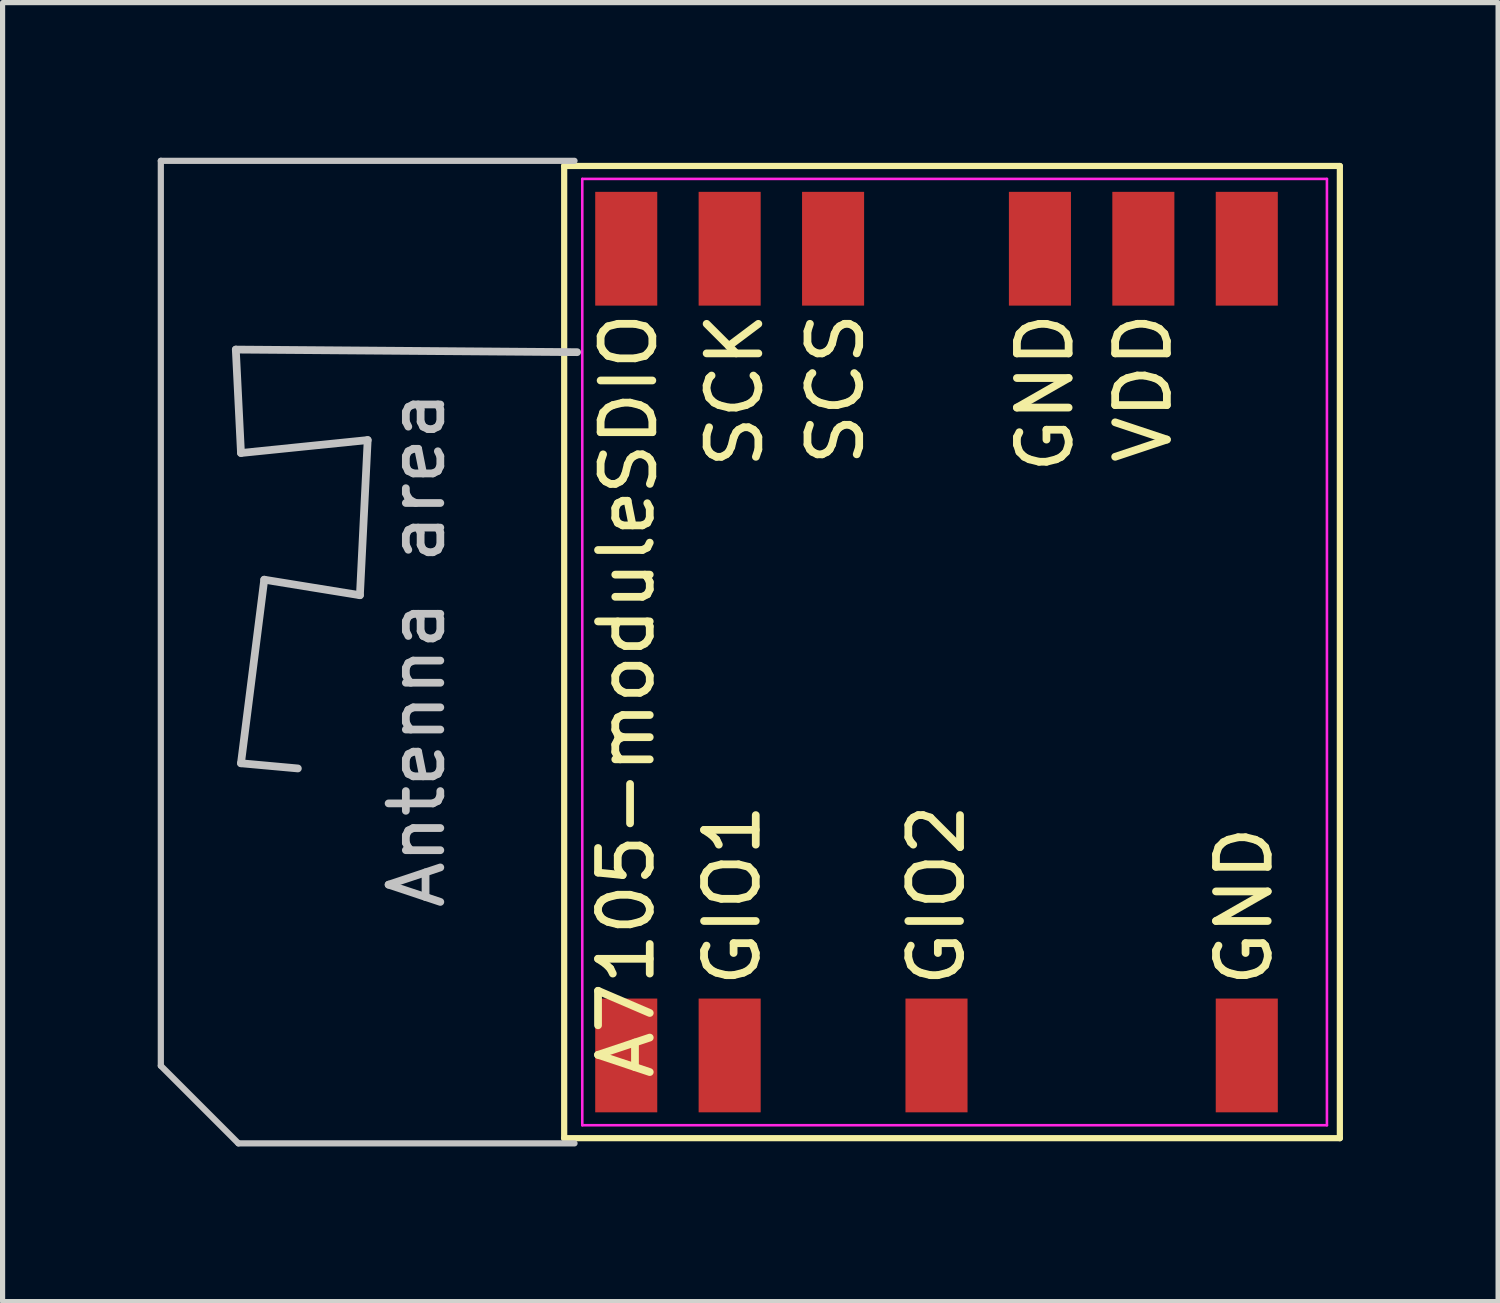
<source format=kicad_pcb>
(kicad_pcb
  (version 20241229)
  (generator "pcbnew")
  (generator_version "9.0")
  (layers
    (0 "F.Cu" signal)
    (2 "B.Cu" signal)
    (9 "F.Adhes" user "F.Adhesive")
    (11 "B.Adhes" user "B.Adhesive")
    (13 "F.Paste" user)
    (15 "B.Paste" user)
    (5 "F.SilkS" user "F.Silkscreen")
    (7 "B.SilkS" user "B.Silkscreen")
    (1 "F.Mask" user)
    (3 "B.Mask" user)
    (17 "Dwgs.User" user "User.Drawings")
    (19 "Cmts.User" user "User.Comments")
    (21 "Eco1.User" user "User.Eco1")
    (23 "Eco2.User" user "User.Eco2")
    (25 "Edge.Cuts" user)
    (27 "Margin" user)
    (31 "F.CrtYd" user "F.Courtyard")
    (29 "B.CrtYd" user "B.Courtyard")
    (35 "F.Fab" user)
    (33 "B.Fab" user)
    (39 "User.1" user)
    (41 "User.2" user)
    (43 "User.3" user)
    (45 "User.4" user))
  (footprint "A7105-module"
    (layer "F.Cu")
    (at 15.06 9.56)
    (property "Reference" "A7105-module" (at -6 2.55 90) (layer "F.SilkS") (effects (font (size 1 1) (thickness 0.15))))
    (attr smd)
    (fp_line (start -7.2 -9.4) (end 7.8 -9.4) (stroke (width 0.12) (type solid)) (layer "F.SilkS"))
    (fp_line (start -7.2 9.4) (end -7.2 -9.4) (stroke (width 0.12) (type solid)) (layer "F.SilkS"))
    (fp_line (start 7.8 -9.4) (end 7.8 9.4) (stroke (width 0.12) (type solid)) (layer "F.SilkS"))
    (fp_line (start 7.8 9.4) (end -7.2 9.4) (stroke (width 0.12) (type solid)) (layer "F.SilkS"))
    (fp_line (start -15 -9.5) (end -15 8) (stroke (width 0.12) (type solid)) (layer "Dwgs.User"))
    (fp_line (start -15 8) (end -13.5 9.5) (stroke (width 0.12) (type solid)) (layer "Dwgs.User"))
    (fp_line (start -13.55 -5.85) (end -13.45 -3.85) (stroke (width 0.15) (type solid)) (layer "Dwgs.User"))
    (fp_line (start -13.5 9.5) (end -7 9.5) (stroke (width 0.12) (type solid)) (layer "Dwgs.User"))
    (fp_line (start -13.45 -3.85) (end -11 -4.1) (stroke (width 0.15) (type solid)) (layer "Dwgs.User"))
    (fp_line (start -13.45 2.15) (end -12.35 2.25) (stroke (width 0.15) (type solid)) (layer "Dwgs.User"))
    (fp_line (start -13 -1.4) (end -13.45 2.15) (stroke (width 0.15) (type solid)) (layer "Dwgs.User"))
    (fp_line (start -11.15 -1.1) (end -13 -1.4) (stroke (width 0.15) (type solid)) (layer "Dwgs.User"))
    (fp_line (start -11 -4.1) (end -11.15 -1.1) (stroke (width 0.15) (type solid)) (layer "Dwgs.User"))
    (fp_line (start -7 -9.5) (end -15 -9.5) (stroke (width 0.12) (type solid)) (layer "Dwgs.User"))
    (fp_line (start -6.95 -5.8) (end -13.55 -5.85) (stroke (width 0.15) (type solid)) (layer "Dwgs.User"))
    (fp_line (start -6.85 -9.15) (end 7.55 -9.15) (stroke (width 0.05) (type solid)) (layer "F.CrtYd"))
    (fp_line (start -6.85 9.15) (end -6.85 -9.15) (stroke (width 0.05) (type solid)) (layer "F.CrtYd"))
    (fp_line (start 7.55 -9.15) (end 7.55 9.15) (stroke (width 0.05) (type solid)) (layer "F.CrtYd"))
    (fp_line (start 7.55 9.15) (end -6.85 9.15) (stroke (width 0.05) (type solid)) (layer "F.CrtYd"))
    (fp_text user "SDIO" (at -5.95 -4.8 90) (layer "F.SilkS") (effects (font (size 1 1) (thickness 0.15))))
    (fp_text user "GIO1" (at -3.95 4.7 90) (layer "F.SilkS") (effects (font (size 1 1) (thickness 0.15))))
    (fp_text user "GND" (at 2.1 -5.014 90) (layer "F.SilkS") (effects (font (size 1 1) (thickness 0.15))))
    (fp_text user "GIO2" (at 0 4.7 90) (layer "F.SilkS") (effects (font (size 1 1) (thickness 0.15))))
    (fp_text user "SCK" (at -3.9 -5.062 90) (layer "F.SilkS") (effects (font (size 1 1) (thickness 0.15))))
    (fp_text user "SCS" (at -1.95 -5.086 90) (layer "F.SilkS") (effects (font (size 1 1) (thickness 0.15))))
    (fp_text user "GND" (at 5.95 4.914 90) (layer "F.SilkS") (effects (font (size 1 1) (thickness 0.15))))
    (fp_text user "VDD" (at 4 -5.11 90) (layer "F.SilkS") (effects (font (size 1 1) (thickness 0.15))))
    (fp_text user "Antenna area" (at -10.05 -0.05 90) (layer "Dwgs.User") (effects (font (size 1 1) (thickness 0.15))))
    (pad "1" smd rect (at -6 7.8) (size 1.2 2.2) (layers "F.Cu" "F.Mask" "F.Paste"))
    (pad "2" smd rect (at -4 7.8) (size 1.2 2.2) (layers "F.Cu" "F.Mask" "F.Paste"))
    (pad "4" smd rect (at 0 7.8) (size 1.2 2.2) (layers "F.Cu" "F.Mask" "F.Paste"))
    (pad "7" smd rect (at 6 7.8) (size 1.2 2.2) (layers "F.Cu" "F.Mask" "F.Paste"))
    (pad "8" smd rect (at 6 -7.8) (size 1.2 2.2) (layers "F.Cu" "F.Mask" "F.Paste"))
    (pad "9" smd rect (at 4 -7.8) (size 1.2 2.2) (layers "F.Cu" "F.Mask" "F.Paste"))
    (pad "10" smd rect (at 2 -7.8) (size 1.2 2.2) (layers "F.Cu" "F.Mask" "F.Paste"))
    (pad "12" smd rect (at -2 -7.8) (size 1.2 2.2) (layers "F.Cu" "F.Mask" "F.Paste"))
    (pad "13" smd rect (at -4 -7.8) (size 1.2 2.2) (layers "F.Cu" "F.Mask" "F.Paste"))
    (pad "14" smd rect (at -6 -7.8) (size 1.2 2.2) (layers "F.Cu" "F.Mask" "F.Paste")))
  (gr_rect
    (start -3 -3)
    (end 25.92 22.12)
    (stroke (width 0.1) (type default))
    (fill no)
    (layer "Edge.Cuts")))
</source>
